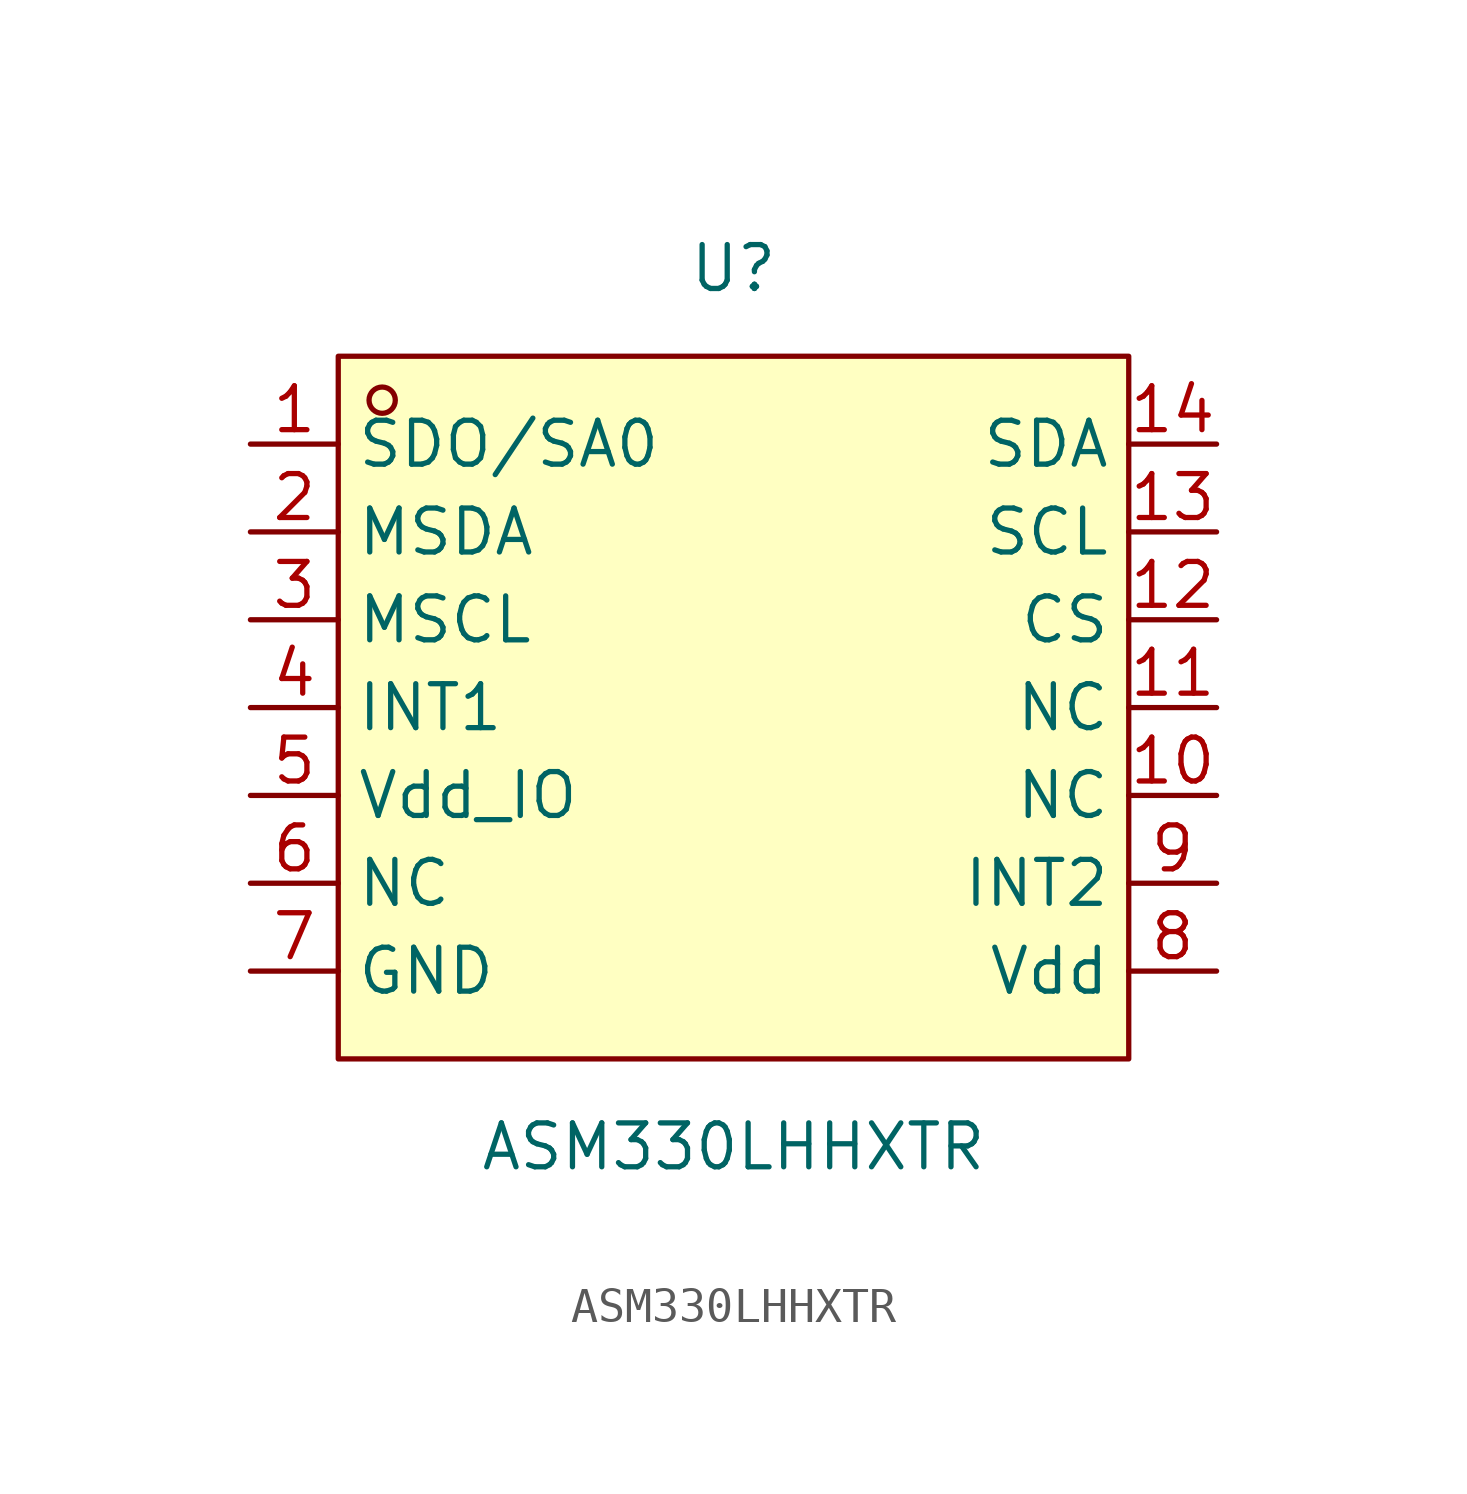
<source format=kicad_sym>
(kicad_symbol_lib
  (version 20211014)
  (generator https://github.com/uPesy/easyeda2kicad.py)
  (symbol "ASM330LHHXTR"
    (property "Reference" "U"
      (at 0 12.70 0)
      (effects (font (size 1.27 1.27))))
    (property "Value" "ASM330LHHXTR"
      (at 0 -12.70 0)
      (effects (font (size 1.27 1.27))))
    (symbol "ASM330LHHXTR_0_1"
      (rectangle (start -11.43 10.16) (end 11.43 -10.16) (stroke (width 0) (type default) (color 0 0 0 0)) (fill (type background)))
      (circle (center -10.16 8.89) (radius 0.38) (stroke (width 0) (type default) (color 0 0 0 0)) (fill (type none)))
      (pin unspecified line (at -13.97 7.62 0) (length 2.54) (name "SDO/SA0" (effects (font (size 1.27 1.27)))) (number "1" (effects (font (size 1.27 1.27)))))
      (pin unspecified line (at -13.97 5.08 0) (length 2.54) (name "MSDA" (effects (font (size 1.27 1.27)))) (number "2" (effects (font (size 1.27 1.27)))))
      (pin unspecified line (at -13.97 2.54 0) (length 2.54) (name "MSCL" (effects (font (size 1.27 1.27)))) (number "3" (effects (font (size 1.27 1.27)))))
      (pin unspecified line (at -13.97 -0.00 0) (length 2.54) (name "INT1" (effects (font (size 1.27 1.27)))) (number "4" (effects (font (size 1.27 1.27)))))
      (pin unspecified line (at -13.97 -2.54 0) (length 2.54) (name "Vdd_IO" (effects (font (size 1.27 1.27)))) (number "5" (effects (font (size 1.27 1.27)))))
      (pin unspecified line (at -13.97 -5.08 0) (length 2.54) (name "NC" (effects (font (size 1.27 1.27)))) (number "6" (effects (font (size 1.27 1.27)))))
      (pin unspecified line (at -13.97 -7.62 0) (length 2.54) (name "GND" (effects (font (size 1.27 1.27)))) (number "7" (effects (font (size 1.27 1.27)))))
      (pin unspecified line (at 13.97 -7.62 180) (length 2.54) (name "Vdd" (effects (font (size 1.27 1.27)))) (number "8" (effects (font (size 1.27 1.27)))))
      (pin unspecified line (at 13.97 -5.08 180) (length 2.54) (name "INT2" (effects (font (size 1.27 1.27)))) (number "9" (effects (font (size 1.27 1.27)))))
      (pin unspecified line (at 13.97 -2.54 180) (length 2.54) (name "NC" (effects (font (size 1.27 1.27)))) (number "10" (effects (font (size 1.27 1.27)))))
      (pin unspecified line (at 13.97 -0.00 180) (length 2.54) (name "NC" (effects (font (size 1.27 1.27)))) (number "11" (effects (font (size 1.27 1.27)))))
      (pin unspecified line (at 13.97 2.54 180) (length 2.54) (name "CS" (effects (font (size 1.27 1.27)))) (number "12" (effects (font (size 1.27 1.27)))))
      (pin unspecified line (at 13.97 5.08 180) (length 2.54) (name "SCL" (effects (font (size 1.27 1.27)))) (number "13" (effects (font (size 1.27 1.27)))))
      (pin unspecified line (at 13.97 7.62 180) (length 2.54) (name "SDA" (effects (font (size 1.27 1.27)))) (number "14" (effects (font (size 1.27 1.27))))))))
</source>
